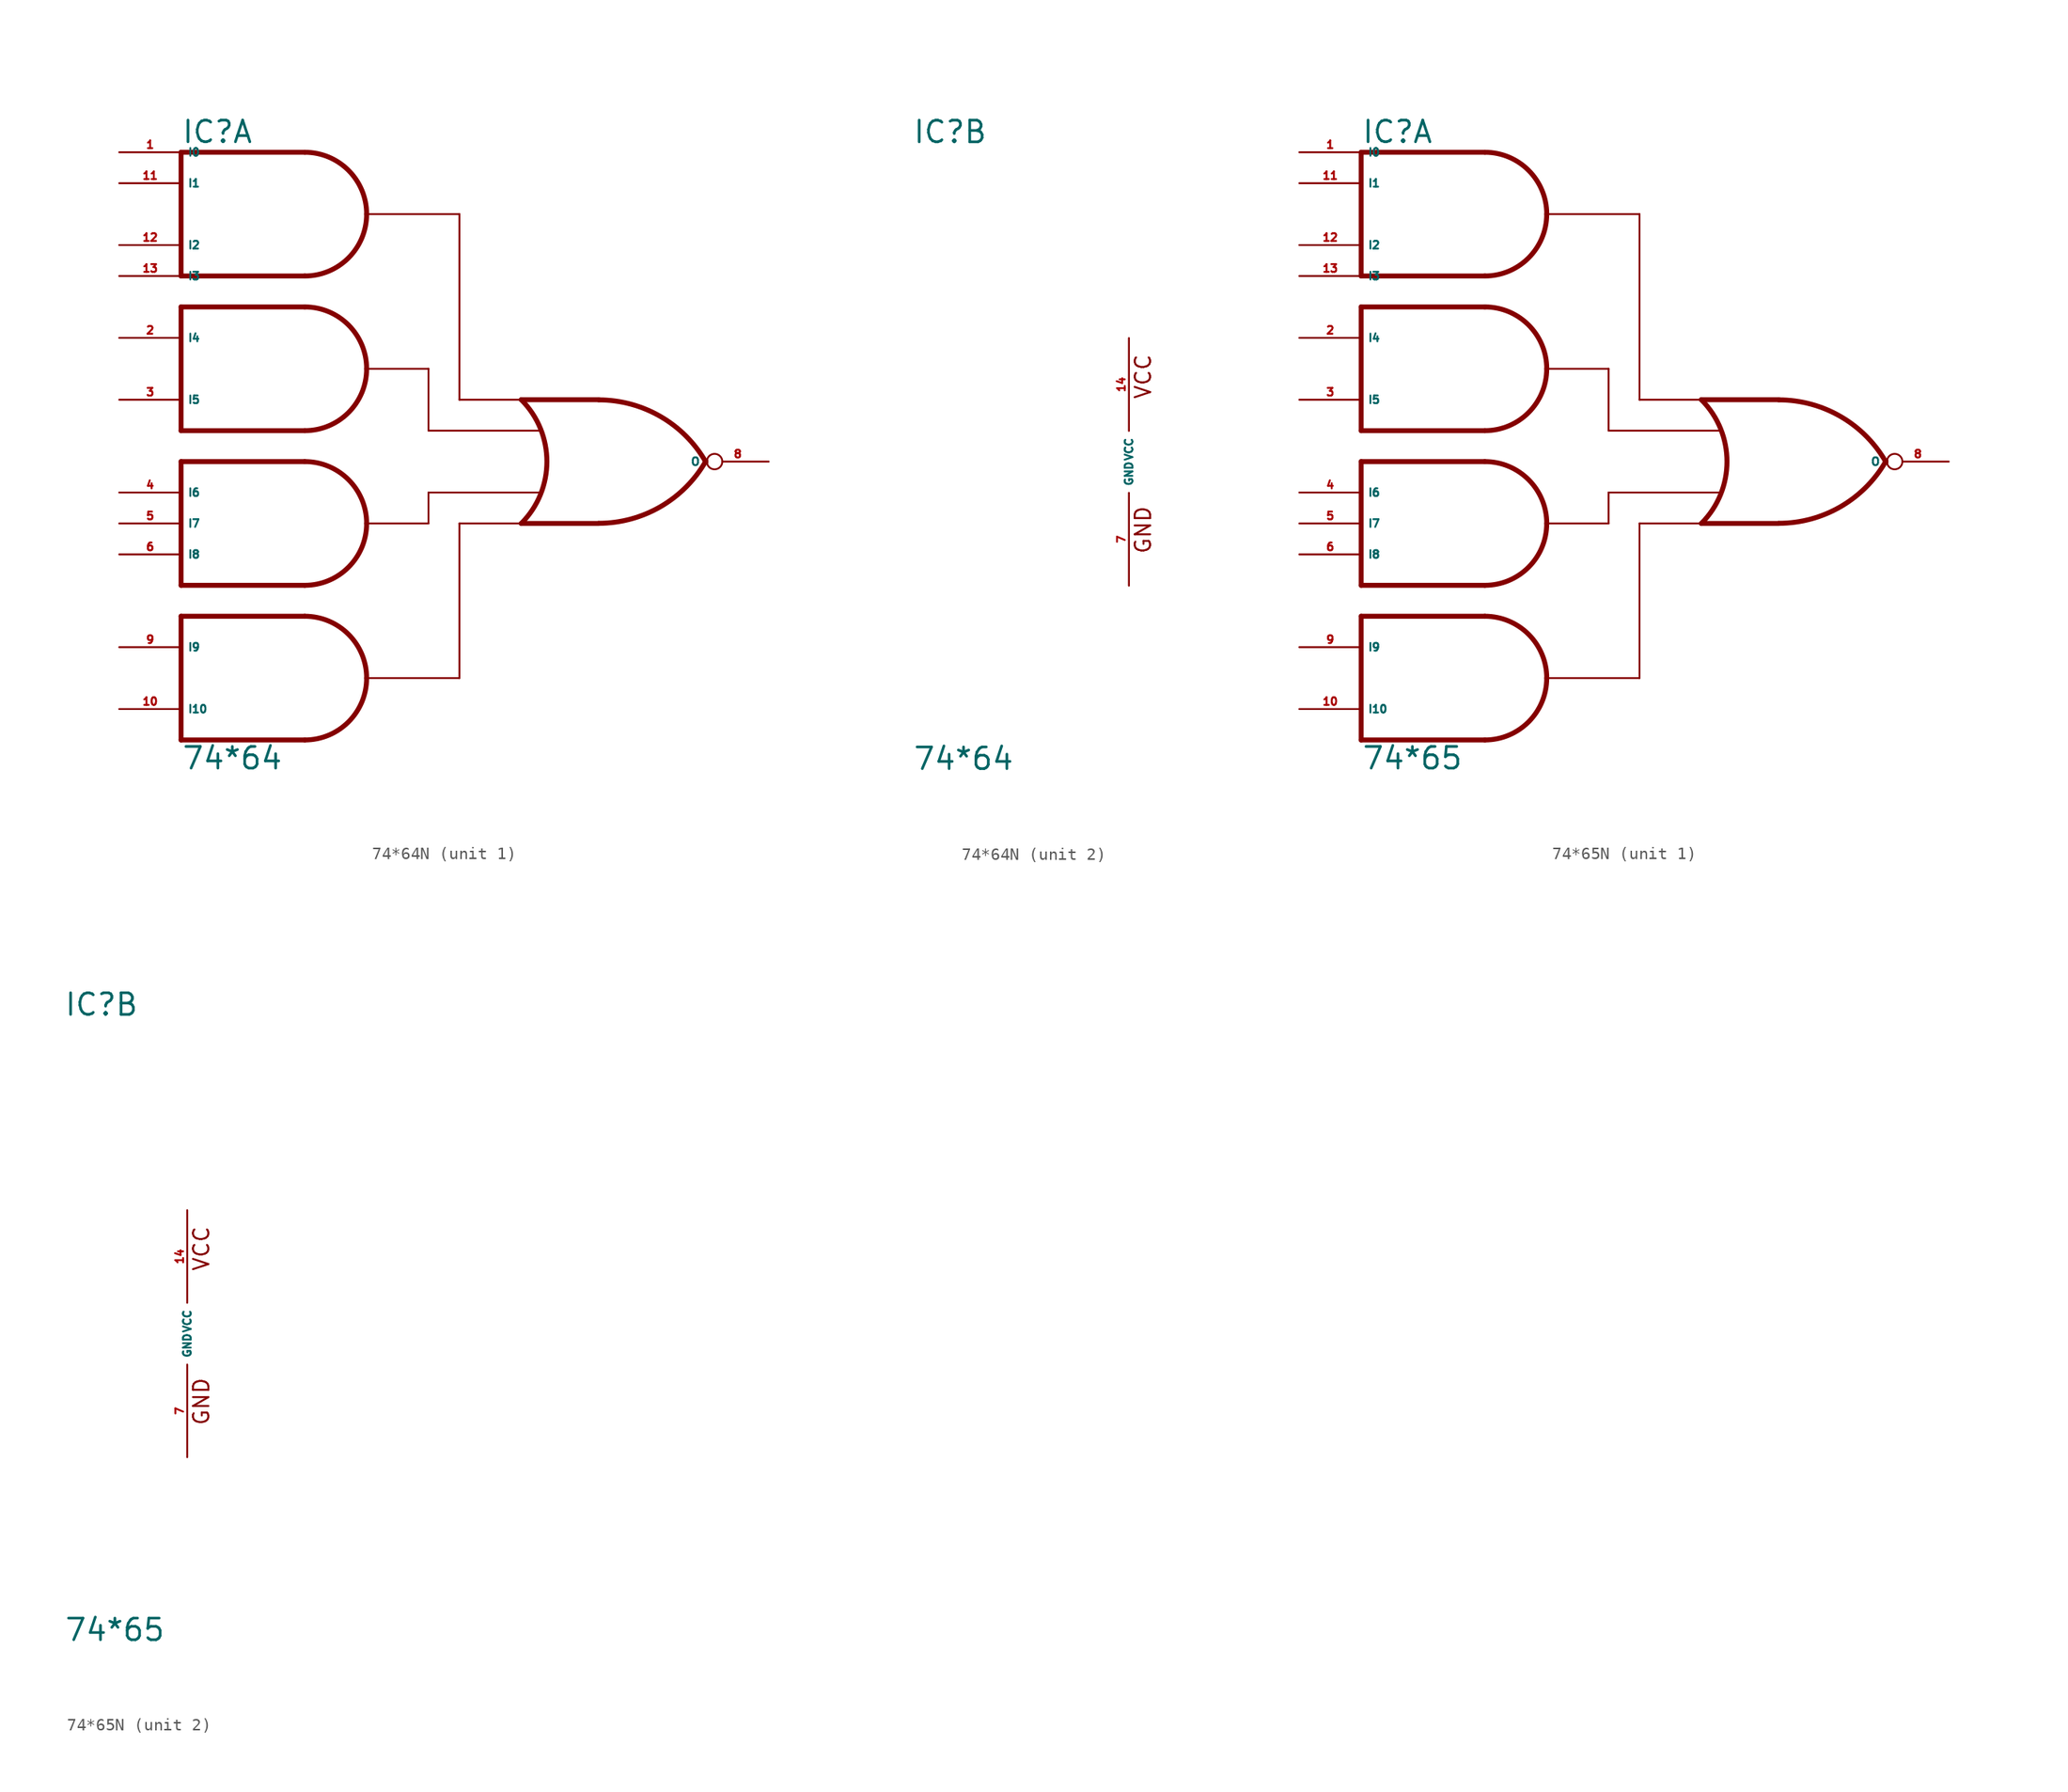
<source format=kicad_sym>
(kicad_symbol_lib
  (version 20220914)
  (generator Eagle2Kicad)
  (symbol "74*64N"
    (property "Reference" "IC"
      (at -17.78 26.035 0)
      (effects (font (size 1.778 1.778) (thickness 0.22)) (justify left bottom)))
    (property "Value" "74*64"
      (at -17.78 -25.4 0)
      (effects (font (size 1.778 1.778) (thickness 0.22)) (justify left bottom)))
    (symbol "74*64N_1_0"
      (polyline (pts (xy 16.51 5.08) (xy 10.16 5.08)) (stroke (width 0.406) (type default)) (fill (type none)))
      (polyline (pts (xy 16.51 -5.08) (xy 10.16 -5.08)) (stroke (width 0.406) (type default)) (fill (type none)))
      (arc (start 16.5354 -5.0678) (mid 21.617 -3.689) (end 25.3237 0.0508) (stroke (width 0.4064) (type default)) (fill (type none)))
      (arc (start 25.3239 -0.0507) (mid 21.617 3.689) (end 16.5354 5.0678) (stroke (width 0.4064) (type default)) (fill (type none)))
      (arc (start 10.16 -5.08) (mid 12.264 0.000) (end 10.16 5.08) (stroke (width 0.4064) (type default)) (fill (type none)))
      (arc (start -2.54 7.62) (mid -4.028 11.212) (end -7.62 12.7) (stroke (width 0.4064) (type default)) (fill (type none)))
      (arc (start -7.62 2.54) (mid -4.028 4.028) (end -2.54 7.62) (stroke (width 0.4064) (type default)) (fill (type none)))
      (polyline (pts (xy -7.62 12.7) (xy -17.78 12.7)) (stroke (width 0.406) (type default)) (fill (type none)))
      (polyline (pts (xy -17.78 12.7) (xy -17.78 2.54)) (stroke (width 0.406) (type default)) (fill (type none)))
      (polyline (pts (xy -17.78 2.54) (xy -7.62 2.54)) (stroke (width 0.406) (type default)) (fill (type none)))
      (arc (start -2.54 -5.08) (mid -4.028 -1.488) (end -7.62 0) (stroke (width 0.4064) (type default)) (fill (type none)))
      (arc (start -7.62 -10.16) (mid -4.028 -8.672) (end -2.54 -5.08) (stroke (width 0.4064) (type default)) (fill (type none)))
      (polyline (pts (xy -7.62 0) (xy -17.78 0)) (stroke (width 0.406) (type default)) (fill (type none)))
      (polyline (pts (xy -17.78 0) (xy -17.78 -10.16)) (stroke (width 0.406) (type default)) (fill (type none)))
      (polyline (pts (xy -17.78 -10.16) (xy -7.62 -10.16)) (stroke (width 0.406) (type default)) (fill (type none)))
      (arc (start -2.54 -17.78) (mid -4.028 -14.188) (end -7.62 -12.7) (stroke (width 0.4064) (type default)) (fill (type none)))
      (arc (start -7.62 -22.86) (mid -4.028 -21.372) (end -2.54 -17.78) (stroke (width 0.4064) (type default)) (fill (type none)))
      (polyline (pts (xy -7.62 -12.7) (xy -17.78 -12.7)) (stroke (width 0.406) (type default)) (fill (type none)))
      (polyline (pts (xy -17.78 -12.7) (xy -17.78 -22.86)) (stroke (width 0.406) (type default)) (fill (type none)))
      (polyline (pts (xy -17.78 -22.86) (xy -7.62 -22.86)) (stroke (width 0.406) (type default)) (fill (type none)))
      (arc (start -2.54 20.32) (mid -4.028 23.912) (end -7.62 25.4) (stroke (width 0.4064) (type default)) (fill (type none)))
      (arc (start -7.62 15.24) (mid -4.028 16.728) (end -2.54 20.32) (stroke (width 0.4064) (type default)) (fill (type none)))
      (polyline (pts (xy -7.62 25.4) (xy -17.78 25.4)) (stroke (width 0.406) (type default)) (fill (type none)))
      (polyline (pts (xy -17.78 25.4) (xy -17.78 15.24)) (stroke (width 0.406) (type default)) (fill (type none)))
      (polyline (pts (xy -17.78 15.24) (xy -7.62 15.24)) (stroke (width 0.406) (type default)) (fill (type none)))
      (polyline (pts (xy -2.54 20.32) (xy 5.08 20.32)) (stroke (width 0.152) (type default)) (fill (type none)))
      (polyline (pts (xy 5.08 5.08) (xy 5.08 20.32)) (stroke (width 0.152) (type default)) (fill (type none)))
      (polyline (pts (xy 5.08 5.08) (xy 10.16 5.08)) (stroke (width 0.152) (type default)) (fill (type none)))
      (polyline (pts (xy 11.684 2.54) (xy 2.54 2.54)) (stroke (width 0.152) (type default)) (fill (type none)))
      (polyline (pts (xy 2.54 2.54) (xy 2.54 7.62)) (stroke (width 0.152) (type default)) (fill (type none)))
      (polyline (pts (xy 2.54 7.62) (xy -2.54 7.62)) (stroke (width 0.152) (type default)) (fill (type none)))
      (polyline (pts (xy -2.54 -5.08) (xy 2.54 -5.08)) (stroke (width 0.152) (type default)) (fill (type none)))
      (polyline (pts (xy 2.54 -5.08) (xy 2.54 -2.54)) (stroke (width 0.152) (type default)) (fill (type none)))
      (polyline (pts (xy 2.54 -2.54) (xy 11.684 -2.54)) (stroke (width 0.152) (type default)) (fill (type none)))
      (polyline (pts (xy -2.54 -17.78) (xy 5.08 -17.78)) (stroke (width 0.152) (type default)) (fill (type none)))
      (polyline (pts (xy 5.08 -17.78) (xy 5.08 -5.08)) (stroke (width 0.152) (type default)) (fill (type none)))
      (polyline (pts (xy 5.08 -5.08) (xy 10.16 -5.08)) (stroke (width 0.152) (type default)) (fill (type none)))
      (pin input line (at -22.86 25.4 0) (length 5.08) (name "I0" (effects (font (size 0.635 0.635) (thickness 0.08)) (justify left bottom))) (number "1" (effects (font (size 0.635 0.635) (thickness 0.08)) (justify left bottom))))
      (pin input line (at -22.86 10.16 0) (length 5.08) (name "I4" (effects (font (size 0.635 0.635) (thickness 0.08)) (justify left bottom))) (number "2" (effects (font (size 0.635 0.635) (thickness 0.08)) (justify left bottom))))
      (pin input line (at -22.86 5.08 0) (length 5.08) (name "I5" (effects (font (size 0.635 0.635) (thickness 0.08)) (justify left bottom))) (number "3" (effects (font (size 0.635 0.635) (thickness 0.08)) (justify left bottom))))
      (pin input line (at -22.86 -2.54 0) (length 5.08) (name "I6" (effects (font (size 0.635 0.635) (thickness 0.08)) (justify left bottom))) (number "4" (effects (font (size 0.635 0.635) (thickness 0.08)) (justify left bottom))))
      (pin input line (at -22.86 -5.08 0) (length 5.08) (name "I7" (effects (font (size 0.635 0.635) (thickness 0.08)) (justify left bottom))) (number "5" (effects (font (size 0.635 0.635) (thickness 0.08)) (justify left bottom))))
      (pin input line (at -22.86 -7.62 0) (length 5.08) (name "I8" (effects (font (size 0.635 0.635) (thickness 0.08)) (justify left bottom))) (number "6" (effects (font (size 0.635 0.635) (thickness 0.08)) (justify left bottom))))
      (pin output inverted (at 30.48 0 180) (length 5.08) (name "O" (effects (font (size 0.635 0.635) (thickness 0.08)) (justify left bottom))) (number "8" (effects (font (size 0.635 0.635) (thickness 0.08)) (justify left bottom))))
      (pin input line (at -22.86 -15.24 0) (length 5.08) (name "I9" (effects (font (size 0.635 0.635) (thickness 0.08)) (justify left bottom))) (number "9" (effects (font (size 0.635 0.635) (thickness 0.08)) (justify left bottom))))
      (pin input line (at -22.86 -20.32 0) (length 5.08) (name "I10" (effects (font (size 0.635 0.635) (thickness 0.08)) (justify left bottom))) (number "10" (effects (font (size 0.635 0.635) (thickness 0.08)) (justify left bottom))))
      (pin input line (at -22.86 22.86 0) (length 5.08) (name "I1" (effects (font (size 0.635 0.635) (thickness 0.08)) (justify left bottom))) (number "11" (effects (font (size 0.635 0.635) (thickness 0.08)) (justify left bottom))))
      (pin input line (at -22.86 17.78 0) (length 5.08) (name "I2" (effects (font (size 0.635 0.635) (thickness 0.08)) (justify left bottom))) (number "12" (effects (font (size 0.635 0.635) (thickness 0.08)) (justify left bottom))))
      (pin input line (at -22.86 15.24 0) (length 5.08) (name "I3" (effects (font (size 0.635 0.635) (thickness 0.08)) (justify left bottom))) (number "13" (effects (font (size 0.635 0.635) (thickness 0.08)) (justify left bottom)))))
    (symbol "74*64N_2_0"
      (text "GND" (at 1.905 -7.62 900) (effects (font (size 1.27 1.27) (thickness 0.16)) (justify left bottom)))
      (text "VCC" (at 1.905 5.08 900) (effects (font (size 1.27 1.27) (thickness 0.16)) (justify left bottom)))
      (pin unspecified line (at 0 -10.16 90) (length 7.62) (name "GND" (effects (font (size 0.635 0.635) (thickness 0.08)) (justify left bottom))) (number "7" (effects (font (size 0.635 0.635) (thickness 0.08)) (justify left bottom))))
      (pin unspecified line (at 0 10.16 270) (length 7.62) (name "VCC" (effects (font (size 0.635 0.635) (thickness 0.08)) (justify left bottom))) (number "14" (effects (font (size 0.635 0.635) (thickness 0.08)) (justify left bottom))))))
  (symbol "74*65N"
    (property "Reference" "IC"
      (at -10.16 26.035 0)
      (effects (font (size 1.778 1.778) (thickness 0.22)) (justify left bottom)))
    (property "Value" "74*65"
      (at -10.16 -25.4 0)
      (effects (font (size 1.778 1.778) (thickness 0.22)) (justify left bottom)))
    (symbol "74*65N_1_0"
      (polyline (pts (xy 24.13 5.08) (xy 17.78 5.08)) (stroke (width 0.406) (type default)) (fill (type none)))
      (polyline (pts (xy 24.13 -5.08) (xy 17.78 -5.08)) (stroke (width 0.406) (type default)) (fill (type none)))
      (arc (start 24.1554 -5.0678) (mid 29.237 -3.689) (end 32.9437 0.0508) (stroke (width 0.4064) (type default)) (fill (type none)))
      (arc (start 32.9439 -0.0507) (mid 29.237 3.689) (end 24.1554 5.0678) (stroke (width 0.4064) (type default)) (fill (type none)))
      (arc (start 17.78 -5.08) (mid 19.884 0.000) (end 17.78 5.08) (stroke (width 0.4064) (type default)) (fill (type none)))
      (arc (start 5.08 7.62) (mid 3.592 11.212) (end 0 12.7) (stroke (width 0.4064) (type default)) (fill (type none)))
      (arc (start 0 2.54) (mid 3.592 4.028) (end 5.08 7.62) (stroke (width 0.4064) (type default)) (fill (type none)))
      (polyline (pts (xy 0 12.7) (xy -10.16 12.7)) (stroke (width 0.406) (type default)) (fill (type none)))
      (polyline (pts (xy -10.16 12.7) (xy -10.16 2.54)) (stroke (width 0.406) (type default)) (fill (type none)))
      (polyline (pts (xy -10.16 2.54) (xy 0 2.54)) (stroke (width 0.406) (type default)) (fill (type none)))
      (arc (start 5.08 -5.08) (mid 3.592 -1.488) (end 0 0) (stroke (width 0.4064) (type default)) (fill (type none)))
      (arc (start 0 -10.16) (mid 3.592 -8.672) (end 5.08 -5.08) (stroke (width 0.4064) (type default)) (fill (type none)))
      (polyline (pts (xy 0 0) (xy -10.16 0)) (stroke (width 0.406) (type default)) (fill (type none)))
      (polyline (pts (xy -10.16 0) (xy -10.16 -10.16)) (stroke (width 0.406) (type default)) (fill (type none)))
      (polyline (pts (xy -10.16 -10.16) (xy 0 -10.16)) (stroke (width 0.406) (type default)) (fill (type none)))
      (arc (start 5.08 -17.78) (mid 3.592 -14.188) (end 0 -12.7) (stroke (width 0.4064) (type default)) (fill (type none)))
      (arc (start 0 -22.86) (mid 3.592 -21.372) (end 5.08 -17.78) (stroke (width 0.4064) (type default)) (fill (type none)))
      (polyline (pts (xy 0 -12.7) (xy -10.16 -12.7)) (stroke (width 0.406) (type default)) (fill (type none)))
      (polyline (pts (xy -10.16 -12.7) (xy -10.16 -22.86)) (stroke (width 0.406) (type default)) (fill (type none)))
      (polyline (pts (xy -10.16 -22.86) (xy 0 -22.86)) (stroke (width 0.406) (type default)) (fill (type none)))
      (arc (start 5.08 20.32) (mid 3.592 23.912) (end 0 25.4) (stroke (width 0.4064) (type default)) (fill (type none)))
      (arc (start 0 15.24) (mid 3.592 16.728) (end 5.08 20.32) (stroke (width 0.4064) (type default)) (fill (type none)))
      (polyline (pts (xy 0 25.4) (xy -10.16 25.4)) (stroke (width 0.406) (type default)) (fill (type none)))
      (polyline (pts (xy -10.16 25.4) (xy -10.16 15.24)) (stroke (width 0.406) (type default)) (fill (type none)))
      (polyline (pts (xy -10.16 15.24) (xy 0 15.24)) (stroke (width 0.406) (type default)) (fill (type none)))
      (polyline (pts (xy 5.08 20.32) (xy 12.7 20.32)) (stroke (width 0.152) (type default)) (fill (type none)))
      (polyline (pts (xy 12.7 5.08) (xy 12.7 20.32)) (stroke (width 0.152) (type default)) (fill (type none)))
      (polyline (pts (xy 12.7 5.08) (xy 17.78 5.08)) (stroke (width 0.152) (type default)) (fill (type none)))
      (polyline (pts (xy 19.304 2.54) (xy 10.16 2.54)) (stroke (width 0.152) (type default)) (fill (type none)))
      (polyline (pts (xy 10.16 2.54) (xy 10.16 7.62)) (stroke (width 0.152) (type default)) (fill (type none)))
      (polyline (pts (xy 10.16 7.62) (xy 5.08 7.62)) (stroke (width 0.152) (type default)) (fill (type none)))
      (polyline (pts (xy 5.08 -5.08) (xy 10.16 -5.08)) (stroke (width 0.152) (type default)) (fill (type none)))
      (polyline (pts (xy 10.16 -5.08) (xy 10.16 -2.54)) (stroke (width 0.152) (type default)) (fill (type none)))
      (polyline (pts (xy 10.16 -2.54) (xy 19.304 -2.54)) (stroke (width 0.152) (type default)) (fill (type none)))
      (polyline (pts (xy 5.08 -17.78) (xy 12.7 -17.78)) (stroke (width 0.152) (type default)) (fill (type none)))
      (polyline (pts (xy 12.7 -17.78) (xy 12.7 -5.08)) (stroke (width 0.152) (type default)) (fill (type none)))
      (polyline (pts (xy 12.7 -5.08) (xy 17.78 -5.08)) (stroke (width 0.152) (type default)) (fill (type none)))
      (pin input line (at -15.24 25.4 0) (length 5.08) (name "I0" (effects (font (size 0.635 0.635) (thickness 0.08)) (justify left bottom))) (number "1" (effects (font (size 0.635 0.635) (thickness 0.08)) (justify left bottom))))
      (pin input line (at -15.24 10.16 0) (length 5.08) (name "I4" (effects (font (size 0.635 0.635) (thickness 0.08)) (justify left bottom))) (number "2" (effects (font (size 0.635 0.635) (thickness 0.08)) (justify left bottom))))
      (pin input line (at -15.24 5.08 0) (length 5.08) (name "I5" (effects (font (size 0.635 0.635) (thickness 0.08)) (justify left bottom))) (number "3" (effects (font (size 0.635 0.635) (thickness 0.08)) (justify left bottom))))
      (pin input line (at -15.24 -2.54 0) (length 5.08) (name "I6" (effects (font (size 0.635 0.635) (thickness 0.08)) (justify left bottom))) (number "4" (effects (font (size 0.635 0.635) (thickness 0.08)) (justify left bottom))))
      (pin input line (at -15.24 -5.08 0) (length 5.08) (name "I7" (effects (font (size 0.635 0.635) (thickness 0.08)) (justify left bottom))) (number "5" (effects (font (size 0.635 0.635) (thickness 0.08)) (justify left bottom))))
      (pin input line (at -15.24 -7.62 0) (length 5.08) (name "I8" (effects (font (size 0.635 0.635) (thickness 0.08)) (justify left bottom))) (number "6" (effects (font (size 0.635 0.635) (thickness 0.08)) (justify left bottom))))
      (pin open_collector inverted (at 38.1 0 180) (length 5.08) (name "O" (effects (font (size 0.635 0.635) (thickness 0.08)) (justify left bottom))) (number "8" (effects (font (size 0.635 0.635) (thickness 0.08)) (justify left bottom))))
      (pin input line (at -15.24 -15.24 0) (length 5.08) (name "I9" (effects (font (size 0.635 0.635) (thickness 0.08)) (justify left bottom))) (number "9" (effects (font (size 0.635 0.635) (thickness 0.08)) (justify left bottom))))
      (pin input line (at -15.24 -20.32 0) (length 5.08) (name "I10" (effects (font (size 0.635 0.635) (thickness 0.08)) (justify left bottom))) (number "10" (effects (font (size 0.635 0.635) (thickness 0.08)) (justify left bottom))))
      (pin input line (at -15.24 22.86 0) (length 5.08) (name "I1" (effects (font (size 0.635 0.635) (thickness 0.08)) (justify left bottom))) (number "11" (effects (font (size 0.635 0.635) (thickness 0.08)) (justify left bottom))))
      (pin input line (at -15.24 17.78 0) (length 5.08) (name "I2" (effects (font (size 0.635 0.635) (thickness 0.08)) (justify left bottom))) (number "12" (effects (font (size 0.635 0.635) (thickness 0.08)) (justify left bottom))))
      (pin input line (at -15.24 15.24 0) (length 5.08) (name "I3" (effects (font (size 0.635 0.635) (thickness 0.08)) (justify left bottom))) (number "13" (effects (font (size 0.635 0.635) (thickness 0.08)) (justify left bottom)))))
    (symbol "74*65N_2_0"
      (text "GND" (at 1.905 -7.62 900) (effects (font (size 1.27 1.27) (thickness 0.16)) (justify left bottom)))
      (text "VCC" (at 1.905 5.08 900) (effects (font (size 1.27 1.27) (thickness 0.16)) (justify left bottom)))
      (pin unspecified line (at 0 -10.16 90) (length 7.62) (name "GND" (effects (font (size 0.635 0.635) (thickness 0.08)) (justify left bottom))) (number "7" (effects (font (size 0.635 0.635) (thickness 0.08)) (justify left bottom))))
      (pin unspecified line (at 0 10.16 270) (length 7.62) (name "VCC" (effects (font (size 0.635 0.635) (thickness 0.08)) (justify left bottom))) (number "14" (effects (font (size 0.635 0.635) (thickness 0.08)) (justify left bottom)))))))
</source>
